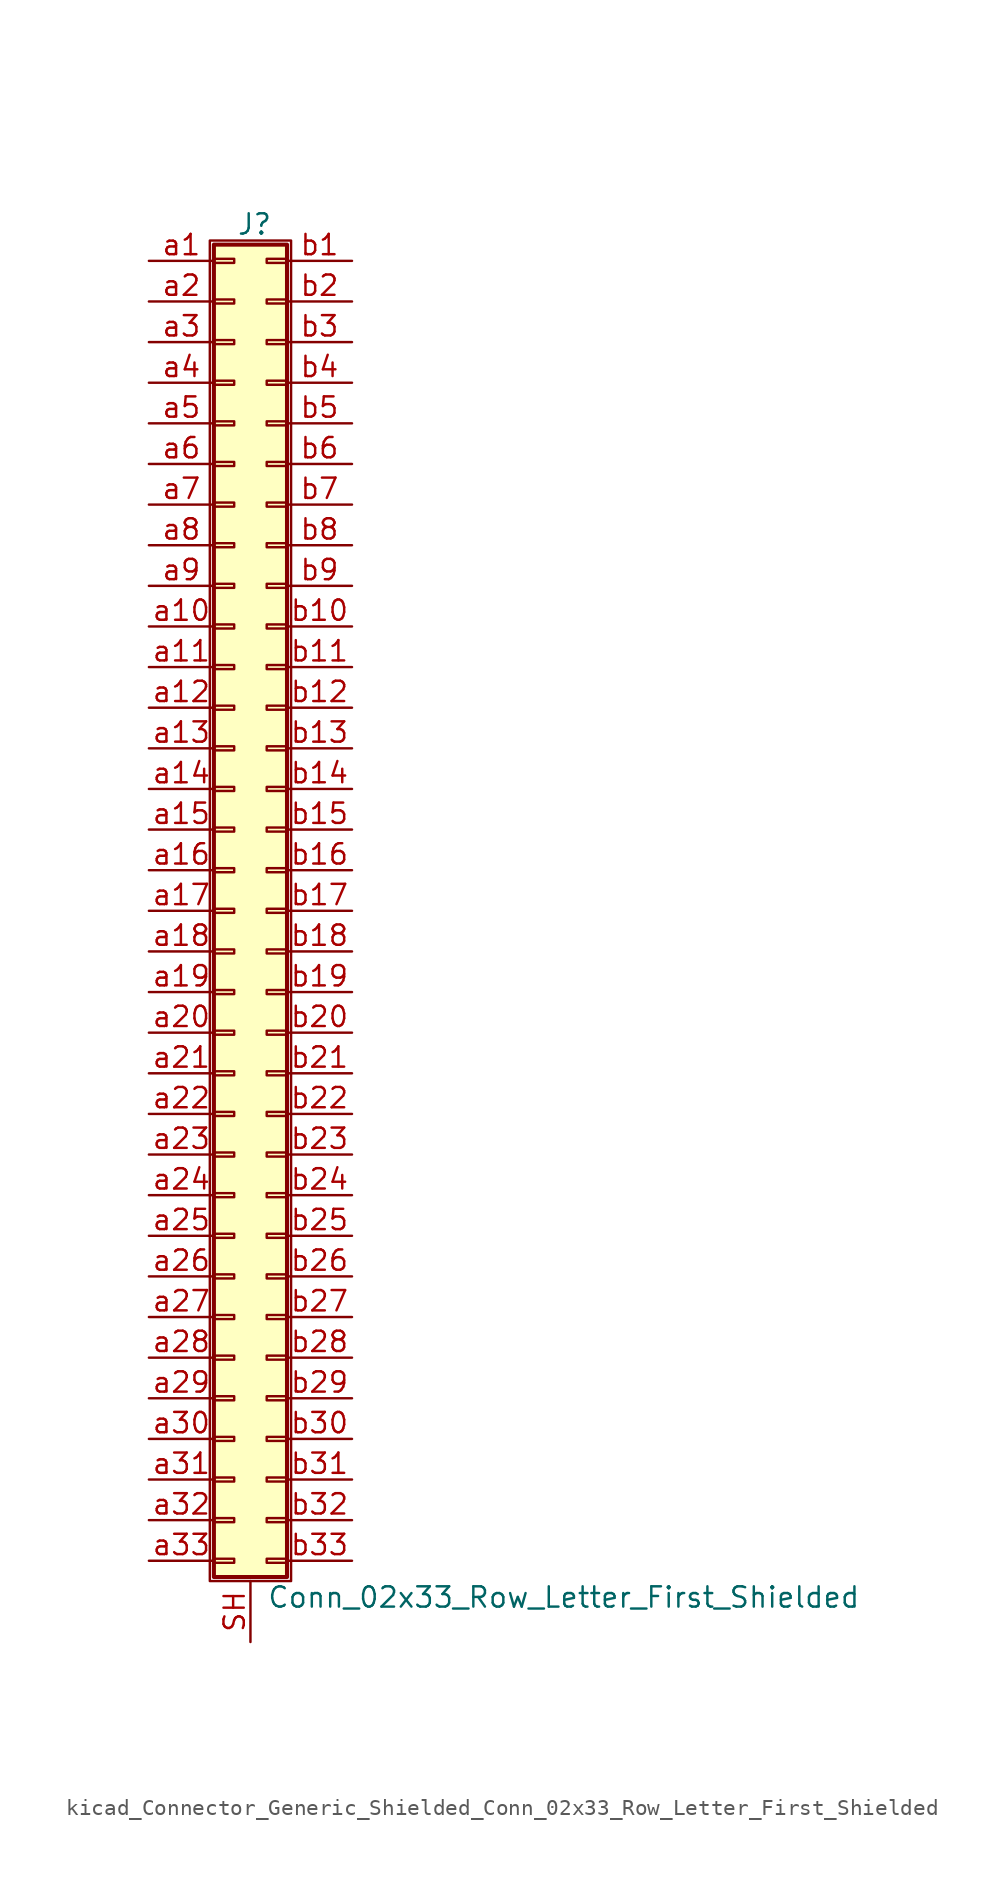
<source format=kicad_sym>
(kicad_symbol_lib
  (version 20220914)
  (generator kicad_symbol_editor)
  (symbol "kicad_Connector_Generic_Shielded_Conn_02x33_Row_Letter_First_Shielded"
    (pin_names
      (offset 1.016) hide)
    (property "Reference" "J"
      (at 1.524 42.926 0)
      (effects (font (size 1.27 1.27))))
    (property "Value" "Conn_02x33_Row_Letter_First_Shielded"
      (at 2.286 -42.926 0)
      (effects (font (size 1.27 1.27)) (justify left)))
    (symbol "kicad_Connector_Generic_Shielded_Conn_02x33_Row_Letter_First_Shielded_1_1"
      (rectangle (start -1.27 41.91) (end 3.81 -41.91) (stroke (width 0.152) (type default)) (fill (type none)))
      (rectangle (start -1.016 -40.513) (end 0.254 -40.767) (stroke (width 0.152) (type default)) (fill (type none)))
      (rectangle (start -1.016 -37.973) (end 0.254 -38.227) (stroke (width 0.152) (type default)) (fill (type none)))
      (rectangle (start -1.016 -35.433) (end 0.254 -35.687) (stroke (width 0.152) (type default)) (fill (type none)))
      (rectangle (start -1.016 -32.893) (end 0.254 -33.147) (stroke (width 0.152) (type default)) (fill (type none)))
      (rectangle (start -1.016 -30.353) (end 0.254 -30.607) (stroke (width 0.152) (type default)) (fill (type none)))
      (rectangle (start -1.016 -27.813) (end 0.254 -28.067) (stroke (width 0.152) (type default)) (fill (type none)))
      (rectangle (start -1.016 -25.273) (end 0.254 -25.527) (stroke (width 0.152) (type default)) (fill (type none)))
      (rectangle (start -1.016 -22.733) (end 0.254 -22.987) (stroke (width 0.152) (type default)) (fill (type none)))
      (rectangle (start -1.016 -20.193) (end 0.254 -20.447) (stroke (width 0.152) (type default)) (fill (type none)))
      (rectangle (start -1.016 -17.653) (end 0.254 -17.907) (stroke (width 0.152) (type default)) (fill (type none)))
      (rectangle (start -1.016 -15.113) (end 0.254 -15.367) (stroke (width 0.152) (type default)) (fill (type none)))
      (rectangle (start -1.016 -12.573) (end 0.254 -12.827) (stroke (width 0.152) (type default)) (fill (type none)))
      (rectangle (start -1.016 -10.033) (end 0.254 -10.287) (stroke (width 0.152) (type default)) (fill (type none)))
      (rectangle (start -1.016 -7.493) (end 0.254 -7.747) (stroke (width 0.152) (type default)) (fill (type none)))
      (rectangle (start -1.016 -4.953) (end 0.254 -5.207) (stroke (width 0.152) (type default)) (fill (type none)))
      (rectangle (start -1.016 -2.413) (end 0.254 -2.667) (stroke (width 0.152) (type default)) (fill (type none)))
      (rectangle (start -1.016 0.127) (end 0.254 -0.127) (stroke (width 0.152) (type default)) (fill (type none)))
      (rectangle (start -1.016 2.667) (end 0.254 2.413) (stroke (width 0.152) (type default)) (fill (type none)))
      (rectangle (start -1.016 5.207) (end 0.254 4.953) (stroke (width 0.152) (type default)) (fill (type none)))
      (rectangle (start -1.016 7.747) (end 0.254 7.493) (stroke (width 0.152) (type default)) (fill (type none)))
      (rectangle (start -1.016 10.287) (end 0.254 10.033) (stroke (width 0.152) (type default)) (fill (type none)))
      (rectangle (start -1.016 12.827) (end 0.254 12.573) (stroke (width 0.152) (type default)) (fill (type none)))
      (rectangle (start -1.016 15.367) (end 0.254 15.113) (stroke (width 0.152) (type default)) (fill (type none)))
      (rectangle (start -1.016 17.907) (end 0.254 17.653) (stroke (width 0.152) (type default)) (fill (type none)))
      (rectangle (start -1.016 20.447) (end 0.254 20.193) (stroke (width 0.152) (type default)) (fill (type none)))
      (rectangle (start -1.016 22.987) (end 0.254 22.733) (stroke (width 0.152) (type default)) (fill (type none)))
      (rectangle (start -1.016 25.527) (end 0.254 25.273) (stroke (width 0.152) (type default)) (fill (type none)))
      (rectangle (start -1.016 28.067) (end 0.254 27.813) (stroke (width 0.152) (type default)) (fill (type none)))
      (rectangle (start -1.016 30.607) (end 0.254 30.353) (stroke (width 0.152) (type default)) (fill (type none)))
      (rectangle (start -1.016 33.147) (end 0.254 32.893) (stroke (width 0.152) (type default)) (fill (type none)))
      (rectangle (start -1.016 35.687) (end 0.254 35.433) (stroke (width 0.152) (type default)) (fill (type none)))
      (rectangle (start -1.016 38.227) (end 0.254 37.973) (stroke (width 0.152) (type default)) (fill (type none)))
      (rectangle (start -1.016 40.767) (end 0.254 40.513) (stroke (width 0.152) (type default)) (fill (type none)))
      (rectangle (start -1.016 41.656) (end 3.556 -41.656) (stroke (width 0.254) (type default)) (fill (type background)))
      (rectangle (start 3.556 -40.513) (end 2.286 -40.767) (stroke (width 0.152) (type default)) (fill (type none)))
      (rectangle (start 3.556 -37.973) (end 2.286 -38.227) (stroke (width 0.152) (type default)) (fill (type none)))
      (rectangle (start 3.556 -35.433) (end 2.286 -35.687) (stroke (width 0.152) (type default)) (fill (type none)))
      (rectangle (start 3.556 -32.893) (end 2.286 -33.147) (stroke (width 0.152) (type default)) (fill (type none)))
      (rectangle (start 3.556 -30.353) (end 2.286 -30.607) (stroke (width 0.152) (type default)) (fill (type none)))
      (rectangle (start 3.556 -27.813) (end 2.286 -28.067) (stroke (width 0.152) (type default)) (fill (type none)))
      (rectangle (start 3.556 -25.273) (end 2.286 -25.527) (stroke (width 0.152) (type default)) (fill (type none)))
      (rectangle (start 3.556 -22.733) (end 2.286 -22.987) (stroke (width 0.152) (type default)) (fill (type none)))
      (rectangle (start 3.556 -20.193) (end 2.286 -20.447) (stroke (width 0.152) (type default)) (fill (type none)))
      (rectangle (start 3.556 -17.653) (end 2.286 -17.907) (stroke (width 0.152) (type default)) (fill (type none)))
      (rectangle (start 3.556 -15.113) (end 2.286 -15.367) (stroke (width 0.152) (type default)) (fill (type none)))
      (rectangle (start 3.556 -12.573) (end 2.286 -12.827) (stroke (width 0.152) (type default)) (fill (type none)))
      (rectangle (start 3.556 -10.033) (end 2.286 -10.287) (stroke (width 0.152) (type default)) (fill (type none)))
      (rectangle (start 3.556 -7.493) (end 2.286 -7.747) (stroke (width 0.152) (type default)) (fill (type none)))
      (rectangle (start 3.556 -4.953) (end 2.286 -5.207) (stroke (width 0.152) (type default)) (fill (type none)))
      (rectangle (start 3.556 -2.413) (end 2.286 -2.667) (stroke (width 0.152) (type default)) (fill (type none)))
      (rectangle (start 3.556 0.127) (end 2.286 -0.127) (stroke (width 0.152) (type default)) (fill (type none)))
      (rectangle (start 3.556 2.667) (end 2.286 2.413) (stroke (width 0.152) (type default)) (fill (type none)))
      (rectangle (start 3.556 5.207) (end 2.286 4.953) (stroke (width 0.152) (type default)) (fill (type none)))
      (rectangle (start 3.556 7.747) (end 2.286 7.493) (stroke (width 0.152) (type default)) (fill (type none)))
      (rectangle (start 3.556 10.287) (end 2.286 10.033) (stroke (width 0.152) (type default)) (fill (type none)))
      (rectangle (start 3.556 12.827) (end 2.286 12.573) (stroke (width 0.152) (type default)) (fill (type none)))
      (rectangle (start 3.556 15.367) (end 2.286 15.113) (stroke (width 0.152) (type default)) (fill (type none)))
      (rectangle (start 3.556 17.907) (end 2.286 17.653) (stroke (width 0.152) (type default)) (fill (type none)))
      (rectangle (start 3.556 20.447) (end 2.286 20.193) (stroke (width 0.152) (type default)) (fill (type none)))
      (rectangle (start 3.556 22.987) (end 2.286 22.733) (stroke (width 0.152) (type default)) (fill (type none)))
      (rectangle (start 3.556 25.527) (end 2.286 25.273) (stroke (width 0.152) (type default)) (fill (type none)))
      (rectangle (start 3.556 28.067) (end 2.286 27.813) (stroke (width 0.152) (type default)) (fill (type none)))
      (rectangle (start 3.556 30.607) (end 2.286 30.353) (stroke (width 0.152) (type default)) (fill (type none)))
      (rectangle (start 3.556 33.147) (end 2.286 32.893) (stroke (width 0.152) (type default)) (fill (type none)))
      (rectangle (start 3.556 35.687) (end 2.286 35.433) (stroke (width 0.152) (type default)) (fill (type none)))
      (rectangle (start 3.556 38.227) (end 2.286 37.973) (stroke (width 0.152) (type default)) (fill (type none)))
      (rectangle (start 3.556 40.767) (end 2.286 40.513) (stroke (width 0.152) (type default)) (fill (type none)))
      (pin passive line (at 1.27 -45.72 90) (length 3.81) (name "Shield" (effects (font (size 1.27 1.27)))) (number "SH" (effects (font (size 1.27 1.27)))))
      (pin passive line (at -5.08 40.64 0) (length 4.064) (name "Pin_a1" (effects (font (size 1.27 1.27)))) (number "a1" (effects (font (size 1.27 1.27)))))
      (pin passive line (at -5.08 17.78 0) (length 4.064) (name "Pin_a10" (effects (font (size 1.27 1.27)))) (number "a10" (effects (font (size 1.27 1.27)))))
      (pin passive line (at -5.08 15.24 0) (length 4.064) (name "Pin_a11" (effects (font (size 1.27 1.27)))) (number "a11" (effects (font (size 1.27 1.27)))))
      (pin passive line (at -5.08 12.7 0) (length 4.064) (name "Pin_a12" (effects (font (size 1.27 1.27)))) (number "a12" (effects (font (size 1.27 1.27)))))
      (pin passive line (at -5.08 10.16 0) (length 4.064) (name "Pin_a13" (effects (font (size 1.27 1.27)))) (number "a13" (effects (font (size 1.27 1.27)))))
      (pin passive line (at -5.08 7.62 0) (length 4.064) (name "Pin_a14" (effects (font (size 1.27 1.27)))) (number "a14" (effects (font (size 1.27 1.27)))))
      (pin passive line (at -5.08 5.08 0) (length 4.064) (name "Pin_a15" (effects (font (size 1.27 1.27)))) (number "a15" (effects (font (size 1.27 1.27)))))
      (pin passive line (at -5.08 2.54 0) (length 4.064) (name "Pin_a16" (effects (font (size 1.27 1.27)))) (number "a16" (effects (font (size 1.27 1.27)))))
      (pin passive line (at -5.08 0 0) (length 4.064) (name "Pin_a17" (effects (font (size 1.27 1.27)))) (number "a17" (effects (font (size 1.27 1.27)))))
      (pin passive line (at -5.08 -2.54 0) (length 4.064) (name "Pin_a18" (effects (font (size 1.27 1.27)))) (number "a18" (effects (font (size 1.27 1.27)))))
      (pin passive line (at -5.08 -5.08 0) (length 4.064) (name "Pin_a19" (effects (font (size 1.27 1.27)))) (number "a19" (effects (font (size 1.27 1.27)))))
      (pin passive line (at -5.08 38.1 0) (length 4.064) (name "Pin_a2" (effects (font (size 1.27 1.27)))) (number "a2" (effects (font (size 1.27 1.27)))))
      (pin passive line (at -5.08 -7.62 0) (length 4.064) (name "Pin_a20" (effects (font (size 1.27 1.27)))) (number "a20" (effects (font (size 1.27 1.27)))))
      (pin passive line (at -5.08 -10.16 0) (length 4.064) (name "Pin_a21" (effects (font (size 1.27 1.27)))) (number "a21" (effects (font (size 1.27 1.27)))))
      (pin passive line (at -5.08 -12.7 0) (length 4.064) (name "Pin_a22" (effects (font (size 1.27 1.27)))) (number "a22" (effects (font (size 1.27 1.27)))))
      (pin passive line (at -5.08 -15.24 0) (length 4.064) (name "Pin_a23" (effects (font (size 1.27 1.27)))) (number "a23" (effects (font (size 1.27 1.27)))))
      (pin passive line (at -5.08 -17.78 0) (length 4.064) (name "Pin_a24" (effects (font (size 1.27 1.27)))) (number "a24" (effects (font (size 1.27 1.27)))))
      (pin passive line (at -5.08 -20.32 0) (length 4.064) (name "Pin_a25" (effects (font (size 1.27 1.27)))) (number "a25" (effects (font (size 1.27 1.27)))))
      (pin passive line (at -5.08 -22.86 0) (length 4.064) (name "Pin_a26" (effects (font (size 1.27 1.27)))) (number "a26" (effects (font (size 1.27 1.27)))))
      (pin passive line (at -5.08 -25.4 0) (length 4.064) (name "Pin_a27" (effects (font (size 1.27 1.27)))) (number "a27" (effects (font (size 1.27 1.27)))))
      (pin passive line (at -5.08 -27.94 0) (length 4.064) (name "Pin_a28" (effects (font (size 1.27 1.27)))) (number "a28" (effects (font (size 1.27 1.27)))))
      (pin passive line (at -5.08 -30.48 0) (length 4.064) (name "Pin_a29" (effects (font (size 1.27 1.27)))) (number "a29" (effects (font (size 1.27 1.27)))))
      (pin passive line (at -5.08 35.56 0) (length 4.064) (name "Pin_a3" (effects (font (size 1.27 1.27)))) (number "a3" (effects (font (size 1.27 1.27)))))
      (pin passive line (at -5.08 -33.02 0) (length 4.064) (name "Pin_a30" (effects (font (size 1.27 1.27)))) (number "a30" (effects (font (size 1.27 1.27)))))
      (pin passive line (at -5.08 -35.56 0) (length 4.064) (name "Pin_a31" (effects (font (size 1.27 1.27)))) (number "a31" (effects (font (size 1.27 1.27)))))
      (pin passive line (at -5.08 -38.1 0) (length 4.064) (name "Pin_a32" (effects (font (size 1.27 1.27)))) (number "a32" (effects (font (size 1.27 1.27)))))
      (pin passive line (at -5.08 -40.64 0) (length 4.064) (name "Pin_a33" (effects (font (size 1.27 1.27)))) (number "a33" (effects (font (size 1.27 1.27)))))
      (pin passive line (at -5.08 33.02 0) (length 4.064) (name "Pin_a4" (effects (font (size 1.27 1.27)))) (number "a4" (effects (font (size 1.27 1.27)))))
      (pin passive line (at -5.08 30.48 0) (length 4.064) (name "Pin_a5" (effects (font (size 1.27 1.27)))) (number "a5" (effects (font (size 1.27 1.27)))))
      (pin passive line (at -5.08 27.94 0) (length 4.064) (name "Pin_a6" (effects (font (size 1.27 1.27)))) (number "a6" (effects (font (size 1.27 1.27)))))
      (pin passive line (at -5.08 25.4 0) (length 4.064) (name "Pin_a7" (effects (font (size 1.27 1.27)))) (number "a7" (effects (font (size 1.27 1.27)))))
      (pin passive line (at -5.08 22.86 0) (length 4.064) (name "Pin_a8" (effects (font (size 1.27 1.27)))) (number "a8" (effects (font (size 1.27 1.27)))))
      (pin passive line (at -5.08 20.32 0) (length 4.064) (name "Pin_a9" (effects (font (size 1.27 1.27)))) (number "a9" (effects (font (size 1.27 1.27)))))
      (pin passive line (at 7.62 40.64 180) (length 4.064) (name "Pin_b1" (effects (font (size 1.27 1.27)))) (number "b1" (effects (font (size 1.27 1.27)))))
      (pin passive line (at 7.62 17.78 180) (length 4.064) (name "Pin_b10" (effects (font (size 1.27 1.27)))) (number "b10" (effects (font (size 1.27 1.27)))))
      (pin passive line (at 7.62 15.24 180) (length 4.064) (name "Pin_b11" (effects (font (size 1.27 1.27)))) (number "b11" (effects (font (size 1.27 1.27)))))
      (pin passive line (at 7.62 12.7 180) (length 4.064) (name "Pin_b12" (effects (font (size 1.27 1.27)))) (number "b12" (effects (font (size 1.27 1.27)))))
      (pin passive line (at 7.62 10.16 180) (length 4.064) (name "Pin_b13" (effects (font (size 1.27 1.27)))) (number "b13" (effects (font (size 1.27 1.27)))))
      (pin passive line (at 7.62 7.62 180) (length 4.064) (name "Pin_b14" (effects (font (size 1.27 1.27)))) (number "b14" (effects (font (size 1.27 1.27)))))
      (pin passive line (at 7.62 5.08 180) (length 4.064) (name "Pin_b15" (effects (font (size 1.27 1.27)))) (number "b15" (effects (font (size 1.27 1.27)))))
      (pin passive line (at 7.62 2.54 180) (length 4.064) (name "Pin_b16" (effects (font (size 1.27 1.27)))) (number "b16" (effects (font (size 1.27 1.27)))))
      (pin passive line (at 7.62 0 180) (length 4.064) (name "Pin_b17" (effects (font (size 1.27 1.27)))) (number "b17" (effects (font (size 1.27 1.27)))))
      (pin passive line (at 7.62 -2.54 180) (length 4.064) (name "Pin_b18" (effects (font (size 1.27 1.27)))) (number "b18" (effects (font (size 1.27 1.27)))))
      (pin passive line (at 7.62 -5.08 180) (length 4.064) (name "Pin_b19" (effects (font (size 1.27 1.27)))) (number "b19" (effects (font (size 1.27 1.27)))))
      (pin passive line (at 7.62 38.1 180) (length 4.064) (name "Pin_b2" (effects (font (size 1.27 1.27)))) (number "b2" (effects (font (size 1.27 1.27)))))
      (pin passive line (at 7.62 -7.62 180) (length 4.064) (name "Pin_b20" (effects (font (size 1.27 1.27)))) (number "b20" (effects (font (size 1.27 1.27)))))
      (pin passive line (at 7.62 -10.16 180) (length 4.064) (name "Pin_b21" (effects (font (size 1.27 1.27)))) (number "b21" (effects (font (size 1.27 1.27)))))
      (pin passive line (at 7.62 -12.7 180) (length 4.064) (name "Pin_b22" (effects (font (size 1.27 1.27)))) (number "b22" (effects (font (size 1.27 1.27)))))
      (pin passive line (at 7.62 -15.24 180) (length 4.064) (name "Pin_b23" (effects (font (size 1.27 1.27)))) (number "b23" (effects (font (size 1.27 1.27)))))
      (pin passive line (at 7.62 -17.78 180) (length 4.064) (name "Pin_b24" (effects (font (size 1.27 1.27)))) (number "b24" (effects (font (size 1.27 1.27)))))
      (pin passive line (at 7.62 -20.32 180) (length 4.064) (name "Pin_b25" (effects (font (size 1.27 1.27)))) (number "b25" (effects (font (size 1.27 1.27)))))
      (pin passive line (at 7.62 -22.86 180) (length 4.064) (name "Pin_b26" (effects (font (size 1.27 1.27)))) (number "b26" (effects (font (size 1.27 1.27)))))
      (pin passive line (at 7.62 -25.4 180) (length 4.064) (name "Pin_b27" (effects (font (size 1.27 1.27)))) (number "b27" (effects (font (size 1.27 1.27)))))
      (pin passive line (at 7.62 -27.94 180) (length 4.064) (name "Pin_b28" (effects (font (size 1.27 1.27)))) (number "b28" (effects (font (size 1.27 1.27)))))
      (pin passive line (at 7.62 -30.48 180) (length 4.064) (name "Pin_b29" (effects (font (size 1.27 1.27)))) (number "b29" (effects (font (size 1.27 1.27)))))
      (pin passive line (at 7.62 35.56 180) (length 4.064) (name "Pin_b3" (effects (font (size 1.27 1.27)))) (number "b3" (effects (font (size 1.27 1.27)))))
      (pin passive line (at 7.62 -33.02 180) (length 4.064) (name "Pin_b30" (effects (font (size 1.27 1.27)))) (number "b30" (effects (font (size 1.27 1.27)))))
      (pin passive line (at 7.62 -35.56 180) (length 4.064) (name "Pin_b31" (effects (font (size 1.27 1.27)))) (number "b31" (effects (font (size 1.27 1.27)))))
      (pin passive line (at 7.62 -38.1 180) (length 4.064) (name "Pin_b32" (effects (font (size 1.27 1.27)))) (number "b32" (effects (font (size 1.27 1.27)))))
      (pin passive line (at 7.62 -40.64 180) (length 4.064) (name "Pin_b33" (effects (font (size 1.27 1.27)))) (number "b33" (effects (font (size 1.27 1.27)))))
      (pin passive line (at 7.62 33.02 180) (length 4.064) (name "Pin_b4" (effects (font (size 1.27 1.27)))) (number "b4" (effects (font (size 1.27 1.27)))))
      (pin passive line (at 7.62 30.48 180) (length 4.064) (name "Pin_b5" (effects (font (size 1.27 1.27)))) (number "b5" (effects (font (size 1.27 1.27)))))
      (pin passive line (at 7.62 27.94 180) (length 4.064) (name "Pin_b6" (effects (font (size 1.27 1.27)))) (number "b6" (effects (font (size 1.27 1.27)))))
      (pin passive line (at 7.62 25.4 180) (length 4.064) (name "Pin_b7" (effects (font (size 1.27 1.27)))) (number "b7" (effects (font (size 1.27 1.27)))))
      (pin passive line (at 7.62 22.86 180) (length 4.064) (name "Pin_b8" (effects (font (size 1.27 1.27)))) (number "b8" (effects (font (size 1.27 1.27)))))
      (pin passive line (at 7.62 20.32 180) (length 4.064) (name "Pin_b9" (effects (font (size 1.27 1.27)))) (number "b9" (effects (font (size 1.27 1.27))))))))
</source>
